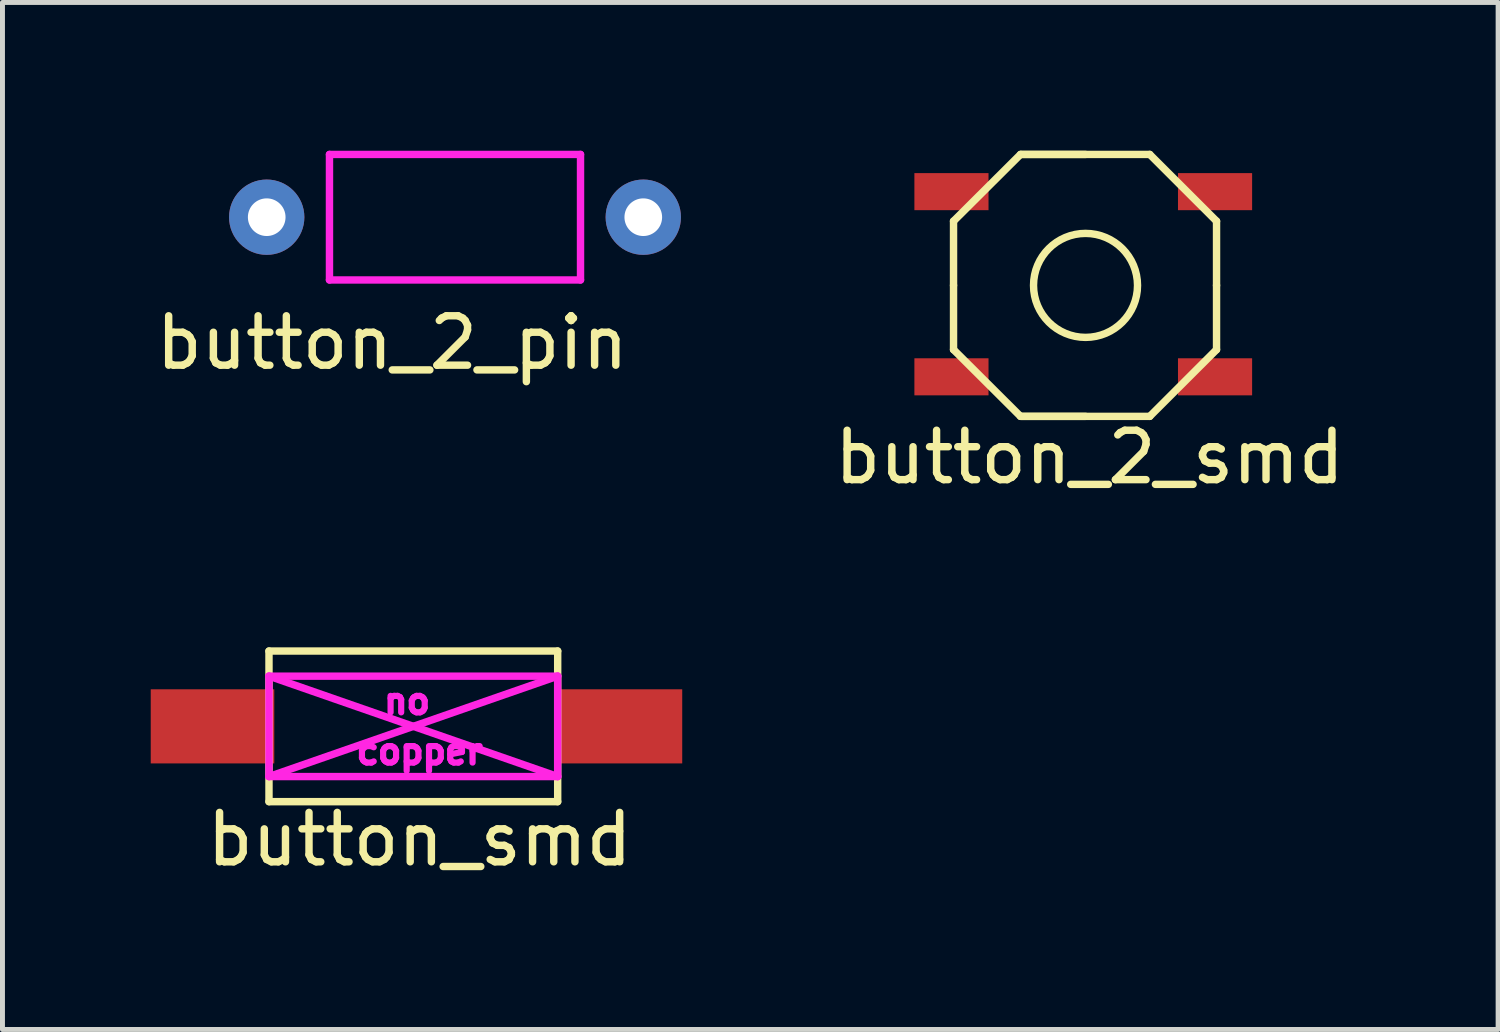
<source format=kicad_pcb>
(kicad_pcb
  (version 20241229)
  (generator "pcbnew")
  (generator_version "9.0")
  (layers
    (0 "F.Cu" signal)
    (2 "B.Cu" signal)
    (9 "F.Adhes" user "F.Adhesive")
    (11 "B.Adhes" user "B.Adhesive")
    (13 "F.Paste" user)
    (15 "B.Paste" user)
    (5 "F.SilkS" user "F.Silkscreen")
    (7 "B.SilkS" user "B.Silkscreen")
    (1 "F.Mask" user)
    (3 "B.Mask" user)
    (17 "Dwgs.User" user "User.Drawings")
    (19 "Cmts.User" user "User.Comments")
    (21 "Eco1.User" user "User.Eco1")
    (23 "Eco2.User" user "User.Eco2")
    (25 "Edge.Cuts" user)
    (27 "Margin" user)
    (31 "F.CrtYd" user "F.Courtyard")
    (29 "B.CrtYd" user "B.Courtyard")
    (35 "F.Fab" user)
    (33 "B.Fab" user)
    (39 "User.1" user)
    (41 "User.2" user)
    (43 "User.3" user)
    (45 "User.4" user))
  (footprint "button_2_smd"
    (layer "F.Cu")
    (at 15.695 4.575)
    (property "Reference" "button_2_smd" (at 3.302 1.626 0) (layer "F.SilkS") (effects (font (size 1 1) (thickness 0.15))))
    (attr through_hole)
    (fp_line (start 0.55 -3.15) (end 1.905 -4.5) (stroke (width 0.15) (type solid)) (layer "F.SilkS"))
    (fp_line (start 0.55 -1.85) (end 0.55 -3.15) (stroke (width 0.15) (type solid)) (layer "F.SilkS"))
    (fp_line (start 0.55 -1.85) (end 0.55 -0.55) (stroke (width 0.15) (type solid)) (layer "F.SilkS"))
    (fp_line (start 0.55 -0.55) (end 1.905 0.8) (stroke (width 0.15) (type solid)) (layer "F.SilkS"))
    (fp_line (start 1.921 -4.5) (end 4.521 -4.5) (stroke (width 0.15) (type solid)) (layer "F.SilkS"))
    (fp_line (start 1.921 0.8) (end 4.521 0.8) (stroke (width 0.15) (type solid)) (layer "F.SilkS"))
    (fp_line (start 3.221 -4.5) (end 1.905 -4.5) (stroke (width 0.15) (type solid)) (layer "F.SilkS"))
    (fp_line (start 3.221 0.8) (end 1.905 0.8) (stroke (width 0.15) (type solid)) (layer "F.SilkS"))
    (fp_line (start 4.521 -4.5) (end 5.872 -3.15) (stroke (width 0.15) (type solid)) (layer "F.SilkS"))
    (fp_line (start 4.521 0.8) (end 5.872 -0.55) (stroke (width 0.15) (type solid)) (layer "F.SilkS"))
    (fp_line (start 5.872 -1.85) (end 5.872 -3.15) (stroke (width 0.15) (type solid)) (layer "F.SilkS"))
    (fp_line (start 5.872 -1.85) (end 5.872 -0.55) (stroke (width 0.15) (type solid)) (layer "F.SilkS"))
    (fp_circle (center 3.221 -1.85) (end 3.937 -1.079) (stroke (width 0.15) (type solid)) (fill no) (layer "F.SilkS"))
    (pad "1" smd rect (at 0.508 0) (size 1.5 0.75) (layers "F.Cu" "F.Mask" "F.Paste"))
    (pad "1" smd rect (at 5.842 0) (size 1.5 0.75) (layers "F.Cu" "F.Mask" "F.Paste"))
    (pad "2" smd rect (at 0.508 -3.747) (size 1.5 0.75) (layers "F.Cu" "F.Mask" "F.Paste"))
    (pad "2" smd rect (at 5.842 -3.747) (size 1.5 0.75) (layers "F.Cu" "F.Mask" "F.Paste")))
  (footprint "button_smd"
    (layer "F.Cu")
    (at 5.695 11.648)
    (property "Reference" "button_smd" (at -0.254 2.286 0) (layer "F.SilkS") (effects (font (size 1 1) (thickness 0.15))))
    (attr through_hole)
    (fp_line (start -3.302 -1.524) (end -3.302 1.524) (stroke (width 0.15) (type solid)) (layer "F.SilkS"))
    (fp_line (start -3.302 1.524) (end 2.54 1.524) (stroke (width 0.15) (type solid)) (layer "F.SilkS"))
    (fp_line (start 2.54 -1.524) (end -3.302 -1.524) (stroke (width 0.15) (type solid)) (layer "F.SilkS"))
    (fp_line (start 2.54 1.524) (end 2.54 -1.524) (stroke (width 0.15) (type solid)) (layer "F.SilkS"))
    (fp_line (start -3.302 -1.016) (end 2.54 -1.016) (stroke (width 0.15) (type solid)) (layer "F.CrtYd"))
    (fp_line (start -3.302 -1.016) (end 2.54 1.016) (stroke (width 0.15) (type solid)) (layer "F.CrtYd"))
    (fp_line (start -3.302 1.016) (end -3.302 -1.016) (stroke (width 0.15) (type solid)) (layer "F.CrtYd"))
    (fp_line (start -3.302 1.016) (end 2.54 -1.016) (stroke (width 0.15) (type solid)) (layer "F.CrtYd"))
    (fp_line (start 2.54 -1.016) (end 2.54 1.016) (stroke (width 0.15) (type solid)) (layer "F.CrtYd"))
    (fp_line (start 2.54 1.016) (end -3.302 1.016) (stroke (width 0.15) (type solid)) (layer "F.CrtYd"))
    (fp_text user "copper" (at -0.254 0.508 0) (layer "F.CrtYd") (effects (font (size 0.5 0.5) (thickness 0.125))))
    (fp_text user "no" (at -0.508 -0.508 0) (layer "F.CrtYd") (effects (font (size 0.5 0.5) (thickness 0.125))))
    (pad "1" smd trapezoid (at -4.445 0) (size 2.5 1.5) (layers "F.Cu" "F.Mask" "F.Paste"))
    (pad "2" smd trapezoid (at 3.81 0) (size 2.5 1.5) (layers "F.Cu" "F.Mask" "F.Paste")))
  (footprint "button_2_pin"
    (layer "F.Cu")
    (at 4.887 1.345)
    (property "Reference" "button_2_pin" (at 0 2.54 0) (layer "F.SilkS") (effects (font (size 1 1) (thickness 0.15))))
    (attr through_hole)
    (fp_line (start -1.27 -1.27) (end -1.27 1.27) (stroke (width 0.15) (type solid)) (layer "F.CrtYd"))
    (fp_line (start -1.27 1.27) (end 3.81 1.27) (stroke (width 0.15) (type solid)) (layer "F.CrtYd"))
    (fp_line (start 3.81 -1.27) (end -1.27 -1.27) (stroke (width 0.15) (type solid)) (layer "F.CrtYd"))
    (fp_line (start 3.81 1.27) (end 3.81 -1.27) (stroke (width 0.15) (type solid)) (layer "F.CrtYd"))
    (pad "1" thru_hole circle (at -2.54 0) (size 1.524 1.524) (drill 0.762) (layers "*.Cu" "*.Mask"))
    (pad "2" thru_hole circle (at 5.08 0) (size 1.524 1.524) (drill 0.762) (layers "*.Cu" "*.Mask")))
  (gr_rect
    (start -3 -3)
    (end 27.265 17.782)
    (stroke (width 0.1) (type default))
    (fill no)
    (layer "Edge.Cuts")))
</source>
